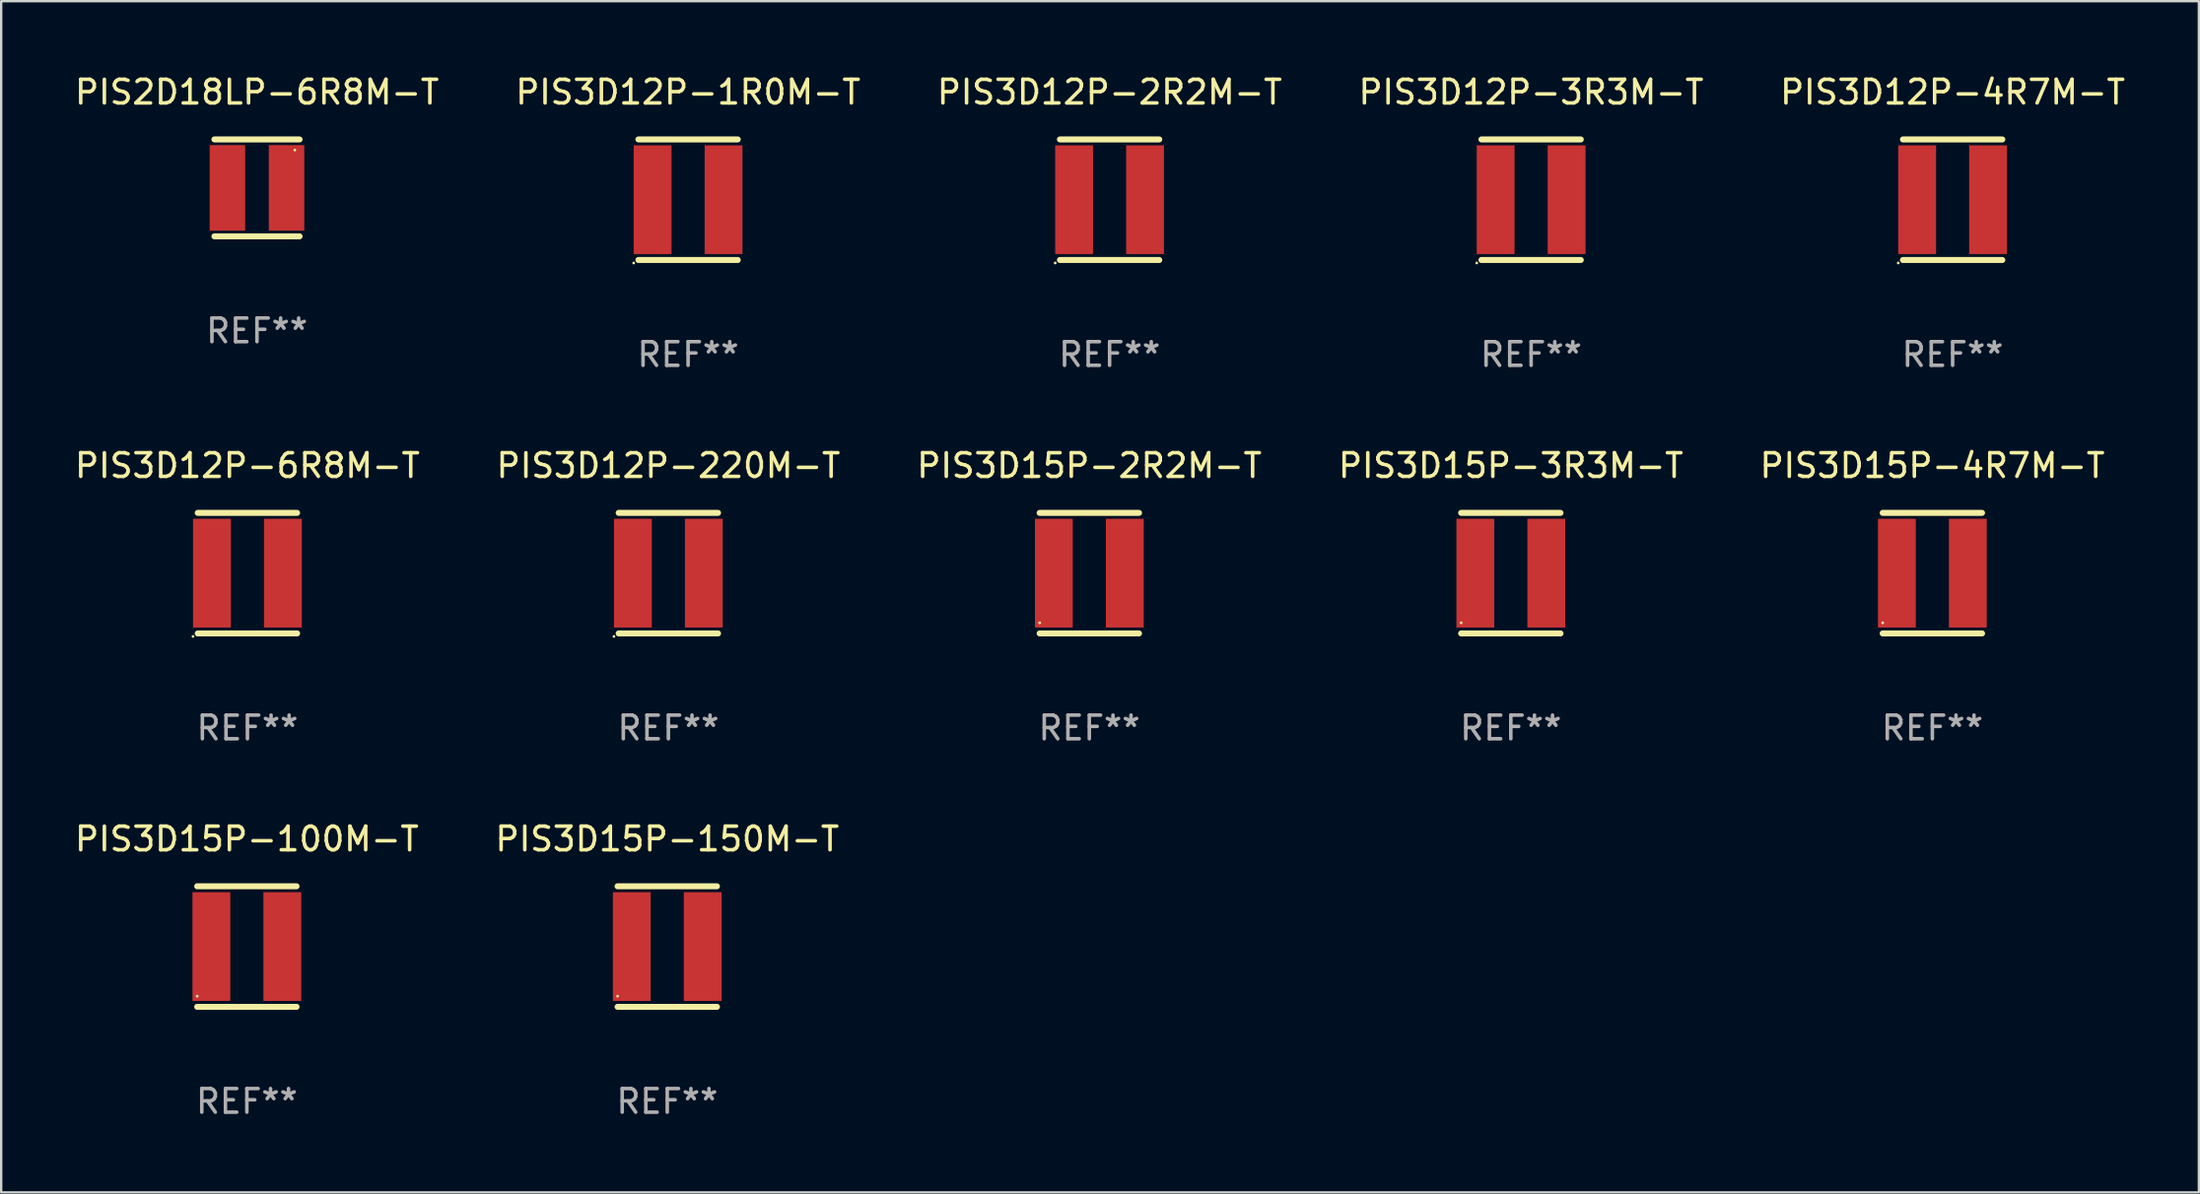
<source format=kicad_pcb>
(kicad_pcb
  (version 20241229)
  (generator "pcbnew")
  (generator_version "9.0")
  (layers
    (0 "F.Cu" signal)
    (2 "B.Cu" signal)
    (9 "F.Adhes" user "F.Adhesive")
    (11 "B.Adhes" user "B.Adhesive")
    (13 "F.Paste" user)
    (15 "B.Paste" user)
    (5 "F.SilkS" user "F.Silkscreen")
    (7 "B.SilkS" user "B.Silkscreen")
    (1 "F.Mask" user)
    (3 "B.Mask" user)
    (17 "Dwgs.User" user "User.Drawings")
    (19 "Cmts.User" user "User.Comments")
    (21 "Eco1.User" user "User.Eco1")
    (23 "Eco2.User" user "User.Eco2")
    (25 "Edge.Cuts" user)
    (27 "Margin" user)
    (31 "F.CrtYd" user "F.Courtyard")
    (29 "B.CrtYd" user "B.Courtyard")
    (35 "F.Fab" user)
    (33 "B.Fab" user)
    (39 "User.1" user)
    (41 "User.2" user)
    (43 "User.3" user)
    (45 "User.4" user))
  (footprint "PIS3D12P-220M-T"
    (layer "F.Cu")
    (at 25.208 21.195)
    (property "Reference" "PIS3D12P-220M-T" (at 0 -4.55 0) (layer "F.SilkS") (effects (font (size 1 1) (thickness 0.15))))
    (attr through_hole)
    (fp_line (start -2.1 -2.55) (end 2.1 -2.55) (stroke (width 0.254) (type solid)) (layer "F.SilkS"))
    (fp_line (start -2.1 2.55) (end 2.1 2.55) (stroke (width 0.254) (type solid)) (layer "F.SilkS"))
    (fp_circle (center -2.3 2.677) (end -2.27 2.677) (stroke (width 0.06) (type solid)) (fill no) (layer "F.SilkS"))
    (fp_text user "REF**" (at 0 6.55 0) (layer "F.Fab") (effects (font (size 1 1) (thickness 0.15))))
    (pad "1" smd rect (at -1.5 0 90) (size 4.6 1.6) (layers "F.Cu" "F.Mask" "F.Paste"))
    (pad "2" smd rect (at 1.5 0 90) (size 4.6 1.6) (layers "F.Cu" "F.Mask" "F.Paste")))
  (footprint "PIS2D18LP-6R8M-T"
    (layer "F.Cu")
    (at 7.815 4.898)
    (property "Reference" "PIS2D18LP-6R8M-T" (at 0 -4.05 0) (layer "F.SilkS") (effects (font (size 1 1) (thickness 0.15))))
    (attr through_hole)
    (fp_line (start -1.8 -2.05) (end 1.8 -2.05) (stroke (width 0.254) (type solid)) (layer "F.SilkS"))
    (fp_line (start 1.8 2.05) (end -1.8 2.05) (stroke (width 0.254) (type solid)) (layer "F.SilkS"))
    (fp_circle (center 1.6 -1.6) (end 1.63 -1.6) (stroke (width 0.06) (type solid)) (fill no) (layer "F.SilkS"))
    (fp_text user "REF**" (at 0 6.05 0) (layer "F.Fab") (effects (font (size 1 1) (thickness 0.15))))
    (pad "1" smd rect (at 1.25 0) (size 1.5 3.62) (layers "F.Cu" "F.Mask" "F.Paste"))
    (pad "2" smd rect (at -1.25 0) (size 1.5 3.62) (layers "F.Cu" "F.Mask" "F.Paste")))
  (footprint "PIS3D15P-2R2M-T"
    (layer "F.Cu")
    (at 43.006 21.195)
    (property "Reference" "PIS3D15P-2R2M-T" (at 0 -4.55 0) (layer "F.SilkS") (effects (font (size 1 1) (thickness 0.15))))
    (attr through_hole)
    (fp_line (start -2.1 -2.55) (end 2.1 -2.55) (stroke (width 0.254) (type solid)) (layer "F.SilkS"))
    (fp_line (start -2.1 2.55) (end 2.1 2.55) (stroke (width 0.254) (type solid)) (layer "F.SilkS"))
    (fp_circle (center -2.1 2.1) (end -2.07 2.1) (stroke (width 0.06) (type solid)) (fill no) (layer "F.SilkS"))
    (fp_text user "REF**" (at 0 6.55 0) (layer "F.Fab") (effects (font (size 1 1) (thickness 0.15))))
    (pad "1" smd rect (at -1.5 0 90) (size 4.6 1.6) (layers "F.Cu" "F.Mask" "F.Paste"))
    (pad "2" smd rect (at 1.5 0 90) (size 4.6 1.6) (layers "F.Cu" "F.Mask" "F.Paste")))
  (footprint "PIS3D12P-3R3M-T"
    (layer "F.Cu")
    (at 61.685 5.398)
    (property "Reference" "PIS3D12P-3R3M-T" (at 0 -4.55 0) (layer "F.SilkS") (effects (font (size 1 1) (thickness 0.15))))
    (attr through_hole)
    (fp_line (start -2.1 -2.55) (end 2.1 -2.55) (stroke (width 0.254) (type solid)) (layer "F.SilkS"))
    (fp_line (start -2.1 2.55) (end 2.1 2.55) (stroke (width 0.254) (type solid)) (layer "F.SilkS"))
    (fp_circle (center -2.3 2.677) (end -2.27 2.677) (stroke (width 0.06) (type solid)) (fill no) (layer "F.SilkS"))
    (fp_text user "REF**" (at 0 6.55 0) (layer "F.Fab") (effects (font (size 1 1) (thickness 0.15))))
    (pad "1" smd rect (at -1.5 0 90) (size 4.6 1.6) (layers "F.Cu" "F.Mask" "F.Paste"))
    (pad "2" smd rect (at 1.5 0 90) (size 4.6 1.6) (layers "F.Cu" "F.Mask" "F.Paste")))
  (footprint "PIS3D12P-4R7M-T"
    (layer "F.Cu")
    (at 79.506 5.398)
    (property "Reference" "PIS3D12P-4R7M-T" (at 0 -4.55 0) (layer "F.SilkS") (effects (font (size 1 1) (thickness 0.15))))
    (attr through_hole)
    (fp_line (start -2.1 -2.55) (end 2.1 -2.55) (stroke (width 0.254) (type solid)) (layer "F.SilkS"))
    (fp_line (start -2.1 2.55) (end 2.1 2.55) (stroke (width 0.254) (type solid)) (layer "F.SilkS"))
    (fp_circle (center -2.3 2.677) (end -2.27 2.677) (stroke (width 0.06) (type solid)) (fill no) (layer "F.SilkS"))
    (fp_text user "REF**" (at 0 6.55 0) (layer "F.Fab") (effects (font (size 1 1) (thickness 0.15))))
    (pad "1" smd rect (at -1.5 0 90) (size 4.6 1.6) (layers "F.Cu" "F.Mask" "F.Paste"))
    (pad "2" smd rect (at 1.5 0 90) (size 4.6 1.6) (layers "F.Cu" "F.Mask" "F.Paste")))
  (footprint "PIS3D15P-150M-T"
    (layer "F.Cu")
    (at 25.161 36.991)
    (property "Reference" "PIS3D15P-150M-T" (at 0 -4.55 0) (layer "F.SilkS") (effects (font (size 1 1) (thickness 0.15))))
    (attr through_hole)
    (fp_line (start -2.1 -2.55) (end 2.1 -2.55) (stroke (width 0.254) (type solid)) (layer "F.SilkS"))
    (fp_line (start -2.1 2.55) (end 2.1 2.55) (stroke (width 0.254) (type solid)) (layer "F.SilkS"))
    (fp_circle (center -2.1 2.1) (end -2.07 2.1) (stroke (width 0.06) (type solid)) (fill no) (layer "F.SilkS"))
    (fp_text user "REF**" (at 0 6.55 0) (layer "F.Fab") (effects (font (size 1 1) (thickness 0.15))))
    (pad "1" smd rect (at -1.5 0 90) (size 4.6 1.6) (layers "F.Cu" "F.Mask" "F.Paste"))
    (pad "2" smd rect (at 1.5 0 90) (size 4.6 1.6) (layers "F.Cu" "F.Mask" "F.Paste")))
  (footprint "PIS3D15P-4R7M-T"
    (layer "F.Cu")
    (at 78.649 21.195)
    (property "Reference" "PIS3D15P-4R7M-T" (at 0 -4.55 0) (layer "F.SilkS") (effects (font (size 1 1) (thickness 0.15))))
    (attr through_hole)
    (fp_line (start -2.1 -2.55) (end 2.1 -2.55) (stroke (width 0.254) (type solid)) (layer "F.SilkS"))
    (fp_line (start -2.1 2.55) (end 2.1 2.55) (stroke (width 0.254) (type solid)) (layer "F.SilkS"))
    (fp_circle (center -2.1 2.1) (end -2.07 2.1) (stroke (width 0.06) (type solid)) (fill no) (layer "F.SilkS"))
    (fp_text user "REF**" (at 0 6.55 0) (layer "F.Fab") (effects (font (size 1 1) (thickness 0.15))))
    (pad "1" smd rect (at -1.5 0 90) (size 4.6 1.6) (layers "F.Cu" "F.Mask" "F.Paste"))
    (pad "2" smd rect (at 1.5 0 90) (size 4.6 1.6) (layers "F.Cu" "F.Mask" "F.Paste")))
  (footprint "PIS3D12P-6R8M-T"
    (layer "F.Cu")
    (at 7.411 21.195)
    (property "Reference" "PIS3D12P-6R8M-T" (at 0 -4.55 0) (layer "F.SilkS") (effects (font (size 1 1) (thickness 0.15))))
    (attr through_hole)
    (fp_line (start -2.1 -2.55) (end 2.1 -2.55) (stroke (width 0.254) (type solid)) (layer "F.SilkS"))
    (fp_line (start -2.1 2.55) (end 2.1 2.55) (stroke (width 0.254) (type solid)) (layer "F.SilkS"))
    (fp_circle (center -2.3 2.677) (end -2.27 2.677) (stroke (width 0.06) (type solid)) (fill no) (layer "F.SilkS"))
    (fp_text user "REF**" (at 0 6.55 0) (layer "F.Fab") (effects (font (size 1 1) (thickness 0.15))))
    (pad "1" smd rect (at -1.5 0 90) (size 4.6 1.6) (layers "F.Cu" "F.Mask" "F.Paste"))
    (pad "2" smd rect (at 1.5 0 90) (size 4.6 1.6) (layers "F.Cu" "F.Mask" "F.Paste")))
  (footprint "PIS3D12P-1R0M-T"
    (layer "F.Cu")
    (at 26.042 5.398)
    (property "Reference" "PIS3D12P-1R0M-T" (at 0 -4.55 0) (layer "F.SilkS") (effects (font (size 1 1) (thickness 0.15))))
    (attr through_hole)
    (fp_line (start -2.1 -2.55) (end 2.1 -2.55) (stroke (width 0.254) (type solid)) (layer "F.SilkS"))
    (fp_line (start -2.1 2.55) (end 2.1 2.55) (stroke (width 0.254) (type solid)) (layer "F.SilkS"))
    (fp_circle (center -2.3 2.677) (end -2.27 2.677) (stroke (width 0.06) (type solid)) (fill no) (layer "F.SilkS"))
    (fp_text user "REF**" (at 0 6.55 0) (layer "F.Fab") (effects (font (size 1 1) (thickness 0.15))))
    (pad "1" smd rect (at -1.5 0 90) (size 4.6 1.6) (layers "F.Cu" "F.Mask" "F.Paste"))
    (pad "2" smd rect (at 1.5 0 90) (size 4.6 1.6) (layers "F.Cu" "F.Mask" "F.Paste")))
  (footprint "PIS3D15P-100M-T"
    (layer "F.Cu")
    (at 7.387 36.991)
    (property "Reference" "PIS3D15P-100M-T" (at 0 -4.55 0) (layer "F.SilkS") (effects (font (size 1 1) (thickness 0.15))))
    (attr through_hole)
    (fp_line (start -2.1 -2.55) (end 2.1 -2.55) (stroke (width 0.254) (type solid)) (layer "F.SilkS"))
    (fp_line (start -2.1 2.55) (end 2.1 2.55) (stroke (width 0.254) (type solid)) (layer "F.SilkS"))
    (fp_circle (center -2.1 2.1) (end -2.07 2.1) (stroke (width 0.06) (type solid)) (fill no) (layer "F.SilkS"))
    (fp_text user "REF**" (at 0 6.55 0) (layer "F.Fab") (effects (font (size 1 1) (thickness 0.15))))
    (pad "1" smd rect (at -1.5 0 90) (size 4.6 1.6) (layers "F.Cu" "F.Mask" "F.Paste"))
    (pad "2" smd rect (at 1.5 0 90) (size 4.6 1.6) (layers "F.Cu" "F.Mask" "F.Paste")))
  (footprint "PIS3D15P-3R3M-T"
    (layer "F.Cu")
    (at 60.827 21.195)
    (property "Reference" "PIS3D15P-3R3M-T" (at 0 -4.55 0) (layer "F.SilkS") (effects (font (size 1 1) (thickness 0.15))))
    (attr through_hole)
    (fp_line (start -2.1 -2.55) (end 2.1 -2.55) (stroke (width 0.254) (type solid)) (layer "F.SilkS"))
    (fp_line (start -2.1 2.55) (end 2.1 2.55) (stroke (width 0.254) (type solid)) (layer "F.SilkS"))
    (fp_circle (center -2.1 2.1) (end -2.07 2.1) (stroke (width 0.06) (type solid)) (fill no) (layer "F.SilkS"))
    (fp_text user "REF**" (at 0 6.55 0) (layer "F.Fab") (effects (font (size 1 1) (thickness 0.15))))
    (pad "1" smd rect (at -1.5 0 90) (size 4.6 1.6) (layers "F.Cu" "F.Mask" "F.Paste"))
    (pad "2" smd rect (at 1.5 0 90) (size 4.6 1.6) (layers "F.Cu" "F.Mask" "F.Paste")))
  (footprint "PIS3D12P-2R2M-T"
    (layer "F.Cu")
    (at 43.863 5.398)
    (property "Reference" "PIS3D12P-2R2M-T" (at 0 -4.55 0) (layer "F.SilkS") (effects (font (size 1 1) (thickness 0.15))))
    (attr through_hole)
    (fp_line (start -2.1 -2.55) (end 2.1 -2.55) (stroke (width 0.254) (type solid)) (layer "F.SilkS"))
    (fp_line (start -2.1 2.55) (end 2.1 2.55) (stroke (width 0.254) (type solid)) (layer "F.SilkS"))
    (fp_circle (center -2.3 2.677) (end -2.27 2.677) (stroke (width 0.06) (type solid)) (fill no) (layer "F.SilkS"))
    (fp_text user "REF**" (at 0 6.55 0) (layer "F.Fab") (effects (font (size 1 1) (thickness 0.15))))
    (pad "1" smd rect (at -1.5 0 90) (size 4.6 1.6) (layers "F.Cu" "F.Mask" "F.Paste"))
    (pad "2" smd rect (at 1.5 0 90) (size 4.6 1.6) (layers "F.Cu" "F.Mask" "F.Paste")))
  (gr_rect
    (start -3 -3)
    (end 89.917 47.39)
    (stroke (width 0.1) (type default))
    (fill no)
    (layer "Edge.Cuts")))
</source>
